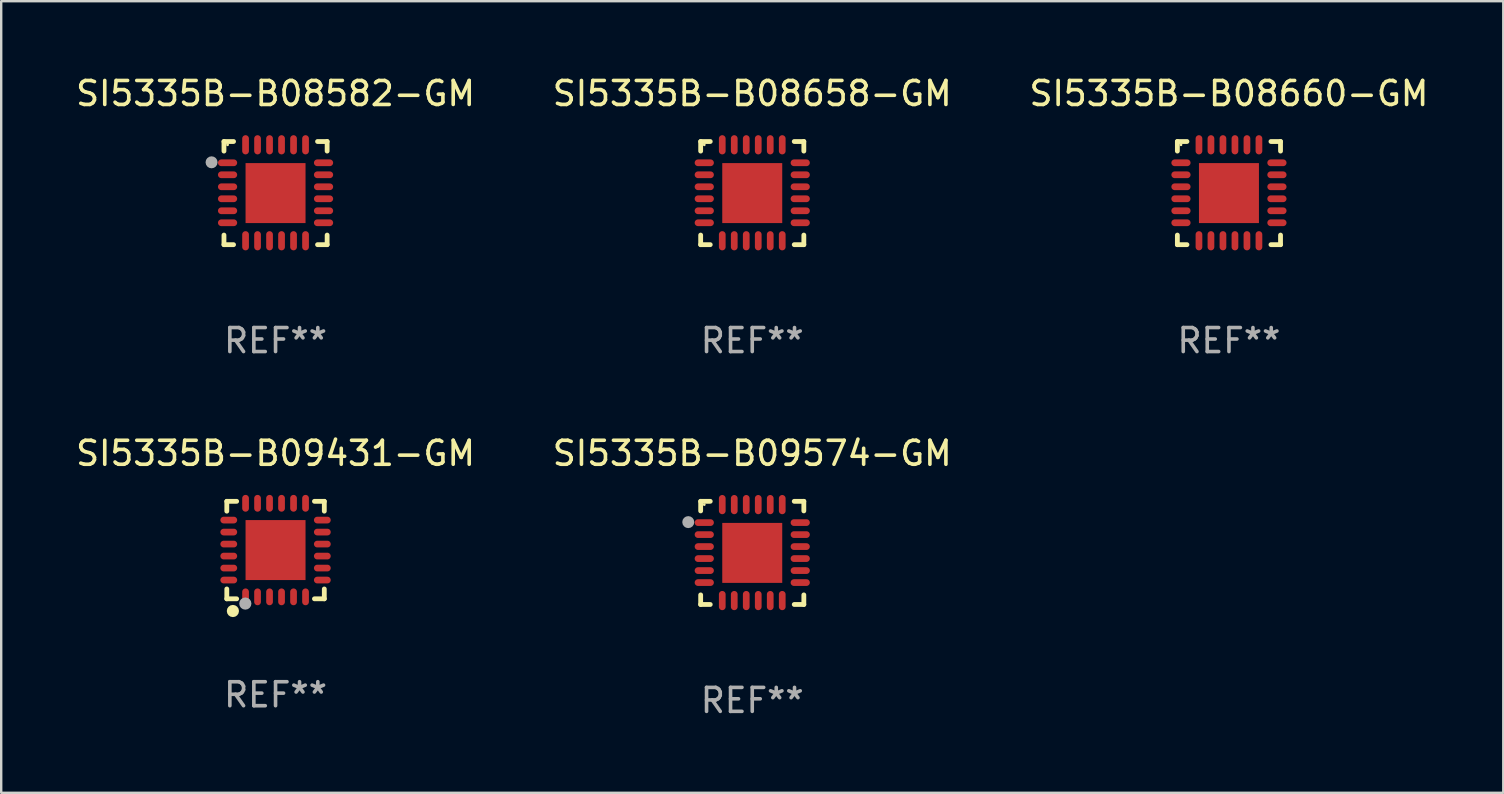
<source format=kicad_pcb>
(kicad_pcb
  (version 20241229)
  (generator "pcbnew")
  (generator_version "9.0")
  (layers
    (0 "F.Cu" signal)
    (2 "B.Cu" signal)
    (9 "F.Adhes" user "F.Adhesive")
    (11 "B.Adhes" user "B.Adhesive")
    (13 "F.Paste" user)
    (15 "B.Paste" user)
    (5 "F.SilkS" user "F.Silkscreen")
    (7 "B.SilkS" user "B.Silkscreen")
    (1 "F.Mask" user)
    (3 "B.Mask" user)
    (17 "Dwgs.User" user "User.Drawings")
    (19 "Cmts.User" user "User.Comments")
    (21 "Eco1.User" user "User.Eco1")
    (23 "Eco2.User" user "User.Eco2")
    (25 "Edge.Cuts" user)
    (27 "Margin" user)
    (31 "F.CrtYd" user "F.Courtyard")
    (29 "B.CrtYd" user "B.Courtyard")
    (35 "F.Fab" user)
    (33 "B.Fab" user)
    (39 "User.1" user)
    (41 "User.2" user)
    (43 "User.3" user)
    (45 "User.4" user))
  (footprint "SI5335B-B09431-GM"
    (layer "F.Cu")
    (at 8.435 19.877)
    (property "Reference" "SI5335B-B09431-GM" (at 0 -4.032 0) (layer "F.SilkS") (effects (font (size 1 1) (thickness 0.15))))
    (attr through_hole)
    (fp_line (start -2.032 -2.032) (end -1.621 -2.032) (stroke (width 0.2) (type solid)) (layer "F.SilkS"))
    (fp_line (start -2.032 -1.621) (end -2.032 -2.032) (stroke (width 0.2) (type solid)) (layer "F.SilkS"))
    (fp_line (start -2.032 2.032) (end -2.032 1.621) (stroke (width 0.2) (type solid)) (layer "F.SilkS"))
    (fp_line (start -1.621 2.032) (end -2.032 2.032) (stroke (width 0.2) (type solid)) (layer "F.SilkS"))
    (fp_line (start 1.621 -2.032) (end 2.032 -2.032) (stroke (width 0.2) (type solid)) (layer "F.SilkS"))
    (fp_line (start 2.032 -2.032) (end 2.032 -1.621) (stroke (width 0.2) (type solid)) (layer "F.SilkS"))
    (fp_line (start 2.032 1.621) (end 2.032 2.032) (stroke (width 0.2) (type solid)) (layer "F.SilkS"))
    (fp_line (start 2.032 2.032) (end 1.621 2.032) (stroke (width 0.2) (type solid)) (layer "F.SilkS"))
    (fp_circle (center -2 2) (end -1.97 2) (stroke (width 0.06) (type solid)) (fill no) (layer "F.SilkS"))
    (fp_circle (center -1.778 2.54) (end -1.651 2.54) (stroke (width 0.254) (type solid)) (fill no) (layer "F.SilkS"))
    (fp_circle (center -1.26 2.23) (end -1.133 2.23) (stroke (width 0.254) (type solid)) (fill no) (layer "F.Fab"))
    (fp_text user "REF**" (at 0 6.032 0) (layer "F.Fab") (effects (font (size 1 1) (thickness 0.15))))
    (pad "1" smd oval (at -1.25 1.95 180) (size 0.28 0.7) (layers "F.Cu" "F.Mask" "F.Paste"))
    (pad "2" smd oval (at -0.75 1.95 180) (size 0.28 0.7) (layers "F.Cu" "F.Mask" "F.Paste"))
    (pad "3" smd oval (at -0.25 1.95 180) (size 0.28 0.7) (layers "F.Cu" "F.Mask" "F.Paste"))
    (pad "4" smd oval (at 0.25 1.95 180) (size 0.28 0.7) (layers "F.Cu" "F.Mask" "F.Paste"))
    (pad "5" smd oval (at 0.75 1.95 180) (size 0.28 0.7) (layers "F.Cu" "F.Mask" "F.Paste"))
    (pad "6" smd oval (at 1.25 1.95 180) (size 0.28 0.7) (layers "F.Cu" "F.Mask" "F.Paste"))
    (pad "7" smd oval (at 1.95 1.25 270) (size 0.28 0.7) (layers "F.Cu" "F.Mask" "F.Paste"))
    (pad "8" smd oval (at 1.95 0.75 270) (size 0.28 0.7) (layers "F.Cu" "F.Mask" "F.Paste"))
    (pad "9" smd oval (at 1.95 0.25 270) (size 0.28 0.7) (layers "F.Cu" "F.Mask" "F.Paste"))
    (pad "10" smd oval (at 1.95 -0.25 270) (size 0.28 0.7) (layers "F.Cu" "F.Mask" "F.Paste"))
    (pad "11" smd oval (at 1.95 -0.75 270) (size 0.28 0.7) (layers "F.Cu" "F.Mask" "F.Paste"))
    (pad "12" smd oval (at 1.95 -1.25 270) (size 0.28 0.7) (layers "F.Cu" "F.Mask" "F.Paste"))
    (pad "13" smd oval (at 1.25 -1.95) (size 0.28 0.7) (layers "F.Cu" "F.Mask" "F.Paste"))
    (pad "14" smd oval (at 0.75 -1.95) (size 0.28 0.7) (layers "F.Cu" "F.Mask" "F.Paste"))
    (pad "15" smd oval (at 0.25 -1.95) (size 0.28 0.7) (layers "F.Cu" "F.Mask" "F.Paste"))
    (pad "16" smd oval (at -0.25 -1.95) (size 0.28 0.7) (layers "F.Cu" "F.Mask" "F.Paste"))
    (pad "17" smd oval (at -0.75 -1.95) (size 0.28 0.7) (layers "F.Cu" "F.Mask" "F.Paste"))
    (pad "18" smd oval (at -1.25 -1.95) (size 0.28 0.7) (layers "F.Cu" "F.Mask" "F.Paste"))
    (pad "19" smd oval (at -1.95 -1.25 90) (size 0.28 0.7) (layers "F.Cu" "F.Mask" "F.Paste"))
    (pad "20" smd oval (at -1.95 -0.75 90) (size 0.28 0.7) (layers "F.Cu" "F.Mask" "F.Paste"))
    (pad "21" smd oval (at -1.95 -0.25 90) (size 0.28 0.7) (layers "F.Cu" "F.Mask" "F.Paste"))
    (pad "22" smd oval (at -1.95 0.25 90) (size 0.28 0.7) (layers "F.Cu" "F.Mask" "F.Paste"))
    (pad "23" smd oval (at -1.95 0.75 90) (size 0.28 0.7) (layers "F.Cu" "F.Mask" "F.Paste"))
    (pad "24" smd oval (at -1.95 1.25 90) (size 0.28 0.7) (layers "F.Cu" "F.Mask" "F.Paste"))
    (pad "25" smd rect (at -0.000178 0.000025 90) (size 2.5 2.5) (layers "F.Cu" "F.Mask" "F.Paste")))
  (footprint "SI5335B-B08658-GM"
    (layer "F.Cu")
    (at 28.304 4.998)
    (property "Reference" "SI5335B-B08658-GM" (at 0 -4.15 0) (layer "F.SilkS") (effects (font (size 1 1) (thickness 0.15))))
    (attr through_hole)
    (fp_line (start -2.15 -2.15) (end -1.75 -2.15) (stroke (width 0.2) (type solid)) (layer "F.SilkS"))
    (fp_line (start -2.15 -1.75) (end -2.15 -2.15) (stroke (width 0.2) (type solid)) (layer "F.SilkS"))
    (fp_line (start -2.15 2.15) (end -2.15 1.75) (stroke (width 0.2) (type solid)) (layer "F.SilkS"))
    (fp_line (start -1.75 2.15) (end -2.15 2.15) (stroke (width 0.2) (type solid)) (layer "F.SilkS"))
    (fp_line (start 1.75 -2.15) (end 2.15 -2.15) (stroke (width 0.2) (type solid)) (layer "F.SilkS"))
    (fp_line (start 1.75 2.15) (end 2.15 2.15) (stroke (width 0.2) (type solid)) (layer "F.SilkS"))
    (fp_line (start 2.15 -2.15) (end 2.15 -1.75) (stroke (width 0.2) (type solid)) (layer "F.SilkS"))
    (fp_line (start 2.15 2.15) (end 2.15 1.75) (stroke (width 0.2) (type solid)) (layer "F.SilkS"))
    (fp_circle (center -2 -2.013) (end -1.97 -2.013) (stroke (width 0.06) (type solid)) (fill no) (layer "F.SilkS"))
    (fp_text user "REF**" (at 0 6.15 0) (layer "F.Fab") (effects (font (size 1 1) (thickness 0.15))))
    (pad "1" smd oval (at -2 -1.263) (size 0.8 0.28) (layers "F.Cu" "F.Mask" "F.Paste"))
    (pad "2" smd oval (at -2 -0.763) (size 0.8 0.28) (layers "F.Cu" "F.Mask" "F.Paste"))
    (pad "3" smd oval (at -2 -0.263) (size 0.8 0.28) (layers "F.Cu" "F.Mask" "F.Paste"))
    (pad "4" smd oval (at -2 0.237) (size 0.8 0.28) (layers "F.Cu" "F.Mask" "F.Paste"))
    (pad "5" smd oval (at -2 0.737) (size 0.8 0.28) (layers "F.Cu" "F.Mask" "F.Paste"))
    (pad "6" smd oval (at -2 1.237) (size 0.8 0.28) (layers "F.Cu" "F.Mask" "F.Paste"))
    (pad "7" smd oval (at -1.25 1.987) (size 0.28 0.8) (layers "F.Cu" "F.Mask" "F.Paste"))
    (pad "8" smd oval (at -0.75 1.987) (size 0.28 0.8) (layers "F.Cu" "F.Mask" "F.Paste"))
    (pad "9" smd oval (at -0.25 1.987) (size 0.28 0.8) (layers "F.Cu" "F.Mask" "F.Paste"))
    (pad "10" smd oval (at 0.25 1.987) (size 0.28 0.8) (layers "F.Cu" "F.Mask" "F.Paste"))
    (pad "11" smd oval (at 0.75 1.987) (size 0.28 0.8) (layers "F.Cu" "F.Mask" "F.Paste"))
    (pad "12" smd oval (at 1.25 1.987) (size 0.28 0.8) (layers "F.Cu" "F.Mask" "F.Paste"))
    (pad "13" smd oval (at 2 1.237) (size 0.8 0.28) (layers "F.Cu" "F.Mask" "F.Paste"))
    (pad "14" smd oval (at 2 0.737) (size 0.8 0.28) (layers "F.Cu" "F.Mask" "F.Paste"))
    (pad "15" smd oval (at 2 0.237) (size 0.8 0.28) (layers "F.Cu" "F.Mask" "F.Paste"))
    (pad "16" smd oval (at 2 -0.263) (size 0.8 0.28) (layers "F.Cu" "F.Mask" "F.Paste"))
    (pad "17" smd oval (at 2 -0.763) (size 0.8 0.28) (layers "F.Cu" "F.Mask" "F.Paste"))
    (pad "18" smd oval (at 2 -1.263) (size 0.8 0.28) (layers "F.Cu" "F.Mask" "F.Paste"))
    (pad "19" smd oval (at 1.25 -2.013) (size 0.28 0.8) (layers "F.Cu" "F.Mask" "F.Paste"))
    (pad "20" smd oval (at 0.75 -2.013) (size 0.28 0.8) (layers "F.Cu" "F.Mask" "F.Paste"))
    (pad "21" smd oval (at 0.25 -2.013) (size 0.28 0.8) (layers "F.Cu" "F.Mask" "F.Paste"))
    (pad "22" smd oval (at -0.25 -2.013) (size 0.28 0.8) (layers "F.Cu" "F.Mask" "F.Paste"))
    (pad "23" smd oval (at -0.75 -2.013) (size 0.28 0.8) (layers "F.Cu" "F.Mask" "F.Paste"))
    (pad "24" smd oval (at -1.25 -2.013) (size 0.28 0.8) (layers "F.Cu" "F.Mask" "F.Paste"))
    (pad "25" smd rect (at -0.000102 -0.00014) (size 2.5 2.5) (layers "F.Cu" "F.Mask" "F.Paste")))
  (footprint "SI5335B-B08582-GM"
    (layer "F.Cu")
    (at 8.435 4.998)
    (property "Reference" "SI5335B-B08582-GM" (at 0 -4.15 0) (layer "F.SilkS") (effects (font (size 1 1) (thickness 0.15))))
    (attr through_hole)
    (fp_line (start -2.15 -2.15) (end -1.75 -2.15) (stroke (width 0.2) (type solid)) (layer "F.SilkS"))
    (fp_line (start -2.15 -1.75) (end -2.15 -2.15) (stroke (width 0.2) (type solid)) (layer "F.SilkS"))
    (fp_line (start -2.15 2.15) (end -2.15 1.75) (stroke (width 0.2) (type solid)) (layer "F.SilkS"))
    (fp_line (start -1.75 2.15) (end -2.15 2.15) (stroke (width 0.2) (type solid)) (layer "F.SilkS"))
    (fp_line (start 1.75 -2.15) (end 2.15 -2.15) (stroke (width 0.2) (type solid)) (layer "F.SilkS"))
    (fp_line (start 1.75 2.15) (end 2.15 2.15) (stroke (width 0.2) (type solid)) (layer "F.SilkS"))
    (fp_line (start 2.15 -2.15) (end 2.15 -1.75) (stroke (width 0.2) (type solid)) (layer "F.SilkS"))
    (fp_line (start 2.15 2.15) (end 2.15 1.75) (stroke (width 0.2) (type solid)) (layer "F.SilkS"))
    (fp_circle (center -2 -2.013) (end -1.97 -2.013) (stroke (width 0.06) (type solid)) (fill no) (layer "F.SilkS"))
    (fp_circle (center -2.667 -1.283) (end -2.542 -1.283) (stroke (width 0.25) (type solid)) (fill no) (layer "F.Fab"))
    (fp_text user "REF**" (at 0 6.15 0) (layer "F.Fab") (effects (font (size 1 1) (thickness 0.15))))
    (pad "1" smd oval (at -2 -1.263) (size 0.8 0.28) (layers "F.Cu" "F.Mask" "F.Paste"))
    (pad "2" smd oval (at -2 -0.763) (size 0.8 0.28) (layers "F.Cu" "F.Mask" "F.Paste"))
    (pad "3" smd oval (at -2 -0.263) (size 0.8 0.28) (layers "F.Cu" "F.Mask" "F.Paste"))
    (pad "4" smd oval (at -2 0.237) (size 0.8 0.28) (layers "F.Cu" "F.Mask" "F.Paste"))
    (pad "5" smd oval (at -2 0.737) (size 0.8 0.28) (layers "F.Cu" "F.Mask" "F.Paste"))
    (pad "6" smd oval (at -2 1.237) (size 0.8 0.28) (layers "F.Cu" "F.Mask" "F.Paste"))
    (pad "7" smd oval (at -1.25 1.987) (size 0.28 0.8) (layers "F.Cu" "F.Mask" "F.Paste"))
    (pad "8" smd oval (at -0.75 1.987) (size 0.28 0.8) (layers "F.Cu" "F.Mask" "F.Paste"))
    (pad "9" smd oval (at -0.25 1.987) (size 0.28 0.8) (layers "F.Cu" "F.Mask" "F.Paste"))
    (pad "10" smd oval (at 0.25 1.987) (size 0.28 0.8) (layers "F.Cu" "F.Mask" "F.Paste"))
    (pad "11" smd oval (at 0.75 1.987) (size 0.28 0.8) (layers "F.Cu" "F.Mask" "F.Paste"))
    (pad "12" smd oval (at 1.25 1.987) (size 0.28 0.8) (layers "F.Cu" "F.Mask" "F.Paste"))
    (pad "13" smd oval (at 2 1.237) (size 0.8 0.28) (layers "F.Cu" "F.Mask" "F.Paste"))
    (pad "14" smd oval (at 2 0.737) (size 0.8 0.28) (layers "F.Cu" "F.Mask" "F.Paste"))
    (pad "15" smd oval (at 2 0.237) (size 0.8 0.28) (layers "F.Cu" "F.Mask" "F.Paste"))
    (pad "16" smd oval (at 2 -0.263) (size 0.8 0.28) (layers "F.Cu" "F.Mask" "F.Paste"))
    (pad "17" smd oval (at 2 -0.763) (size 0.8 0.28) (layers "F.Cu" "F.Mask" "F.Paste"))
    (pad "18" smd oval (at 2 -1.263) (size 0.8 0.28) (layers "F.Cu" "F.Mask" "F.Paste"))
    (pad "19" smd oval (at 1.25 -2.013) (size 0.28 0.8) (layers "F.Cu" "F.Mask" "F.Paste"))
    (pad "20" smd oval (at 0.75 -2.013) (size 0.28 0.8) (layers "F.Cu" "F.Mask" "F.Paste"))
    (pad "21" smd oval (at 0.25 -2.013) (size 0.28 0.8) (layers "F.Cu" "F.Mask" "F.Paste"))
    (pad "22" smd oval (at -0.25 -2.013) (size 0.28 0.8) (layers "F.Cu" "F.Mask" "F.Paste"))
    (pad "23" smd oval (at -0.75 -2.013) (size 0.28 0.8) (layers "F.Cu" "F.Mask" "F.Paste"))
    (pad "24" smd oval (at -1.25 -2.013) (size 0.28 0.8) (layers "F.Cu" "F.Mask" "F.Paste"))
    (pad "25" smd rect (at -0.000127 -0.00014) (size 2.5 2.5) (layers "F.Cu" "F.Mask" "F.Paste")))
  (footprint "SI5335B-B08660-GM"
    (layer "F.Cu")
    (at 48.173 4.998)
    (property "Reference" "SI5335B-B08660-GM" (at 0 -4.15 0) (layer "F.SilkS") (effects (font (size 1 1) (thickness 0.15))))
    (attr through_hole)
    (fp_line (start -2.15 -2.15) (end -1.75 -2.15) (stroke (width 0.2) (type solid)) (layer "F.SilkS"))
    (fp_line (start -2.15 -1.75) (end -2.15 -2.15) (stroke (width 0.2) (type solid)) (layer "F.SilkS"))
    (fp_line (start -2.15 2.15) (end -2.15 1.75) (stroke (width 0.2) (type solid)) (layer "F.SilkS"))
    (fp_line (start -1.75 2.15) (end -2.15 2.15) (stroke (width 0.2) (type solid)) (layer "F.SilkS"))
    (fp_line (start 1.75 -2.15) (end 2.15 -2.15) (stroke (width 0.2) (type solid)) (layer "F.SilkS"))
    (fp_line (start 1.75 2.15) (end 2.15 2.15) (stroke (width 0.2) (type solid)) (layer "F.SilkS"))
    (fp_line (start 2.15 -2.15) (end 2.15 -1.75) (stroke (width 0.2) (type solid)) (layer "F.SilkS"))
    (fp_line (start 2.15 2.15) (end 2.15 1.75) (stroke (width 0.2) (type solid)) (layer "F.SilkS"))
    (fp_circle (center -2 -2.013) (end -1.97 -2.013) (stroke (width 0.06) (type solid)) (fill no) (layer "F.SilkS"))
    (fp_text user "REF**" (at 0 6.15 0) (layer "F.Fab") (effects (font (size 1 1) (thickness 0.15))))
    (pad "1" smd oval (at -2 -1.263) (size 0.8 0.28) (layers "F.Cu" "F.Mask" "F.Paste"))
    (pad "2" smd oval (at -2 -0.763) (size 0.8 0.28) (layers "F.Cu" "F.Mask" "F.Paste"))
    (pad "3" smd oval (at -2 -0.263) (size 0.8 0.28) (layers "F.Cu" "F.Mask" "F.Paste"))
    (pad "4" smd oval (at -2 0.237) (size 0.8 0.28) (layers "F.Cu" "F.Mask" "F.Paste"))
    (pad "5" smd oval (at -2 0.737) (size 0.8 0.28) (layers "F.Cu" "F.Mask" "F.Paste"))
    (pad "6" smd oval (at -2 1.237) (size 0.8 0.28) (layers "F.Cu" "F.Mask" "F.Paste"))
    (pad "7" smd oval (at -1.25 1.987) (size 0.28 0.8) (layers "F.Cu" "F.Mask" "F.Paste"))
    (pad "8" smd oval (at -0.75 1.987) (size 0.28 0.8) (layers "F.Cu" "F.Mask" "F.Paste"))
    (pad "9" smd oval (at -0.25 1.987) (size 0.28 0.8) (layers "F.Cu" "F.Mask" "F.Paste"))
    (pad "10" smd oval (at 0.25 1.987) (size 0.28 0.8) (layers "F.Cu" "F.Mask" "F.Paste"))
    (pad "11" smd oval (at 0.75 1.987) (size 0.28 0.8) (layers "F.Cu" "F.Mask" "F.Paste"))
    (pad "12" smd oval (at 1.25 1.987) (size 0.28 0.8) (layers "F.Cu" "F.Mask" "F.Paste"))
    (pad "13" smd oval (at 2 1.237) (size 0.8 0.28) (layers "F.Cu" "F.Mask" "F.Paste"))
    (pad "14" smd oval (at 2 0.737) (size 0.8 0.28) (layers "F.Cu" "F.Mask" "F.Paste"))
    (pad "15" smd oval (at 2 0.237) (size 0.8 0.28) (layers "F.Cu" "F.Mask" "F.Paste"))
    (pad "16" smd oval (at 2 -0.263) (size 0.8 0.28) (layers "F.Cu" "F.Mask" "F.Paste"))
    (pad "17" smd oval (at 2 -0.763) (size 0.8 0.28) (layers "F.Cu" "F.Mask" "F.Paste"))
    (pad "18" smd oval (at 2 -1.263) (size 0.8 0.28) (layers "F.Cu" "F.Mask" "F.Paste"))
    (pad "19" smd oval (at 1.25 -2.013) (size 0.28 0.8) (layers "F.Cu" "F.Mask" "F.Paste"))
    (pad "20" smd oval (at 0.75 -2.013) (size 0.28 0.8) (layers "F.Cu" "F.Mask" "F.Paste"))
    (pad "21" smd oval (at 0.25 -2.013) (size 0.28 0.8) (layers "F.Cu" "F.Mask" "F.Paste"))
    (pad "22" smd oval (at -0.25 -2.013) (size 0.28 0.8) (layers "F.Cu" "F.Mask" "F.Paste"))
    (pad "23" smd oval (at -0.75 -2.013) (size 0.28 0.8) (layers "F.Cu" "F.Mask" "F.Paste"))
    (pad "24" smd oval (at -1.25 -2.013) (size 0.28 0.8) (layers "F.Cu" "F.Mask" "F.Paste"))
    (pad "25" smd rect (at -0.000102 -0.00014) (size 2.5 2.5) (layers "F.Cu" "F.Mask" "F.Paste")))
  (footprint "SI5335B-B09574-GM"
    (layer "F.Cu")
    (at 28.304 19.995)
    (property "Reference" "SI5335B-B09574-GM" (at 0 -4.15 0) (layer "F.SilkS") (effects (font (size 1 1) (thickness 0.15))))
    (attr through_hole)
    (fp_line (start -2.15 -2.15) (end -1.75 -2.15) (stroke (width 0.2) (type solid)) (layer "F.SilkS"))
    (fp_line (start -2.15 -1.75) (end -2.15 -2.15) (stroke (width 0.2) (type solid)) (layer "F.SilkS"))
    (fp_line (start -2.15 2.15) (end -2.15 1.75) (stroke (width 0.2) (type solid)) (layer "F.SilkS"))
    (fp_line (start -1.75 2.15) (end -2.15 2.15) (stroke (width 0.2) (type solid)) (layer "F.SilkS"))
    (fp_line (start 1.75 -2.15) (end 2.15 -2.15) (stroke (width 0.2) (type solid)) (layer "F.SilkS"))
    (fp_line (start 1.75 2.15) (end 2.15 2.15) (stroke (width 0.2) (type solid)) (layer "F.SilkS"))
    (fp_line (start 2.15 -2.15) (end 2.15 -1.75) (stroke (width 0.2) (type solid)) (layer "F.SilkS"))
    (fp_line (start 2.15 2.15) (end 2.15 1.75) (stroke (width 0.2) (type solid)) (layer "F.SilkS"))
    (fp_circle (center -2 -2.013) (end -1.97 -2.013) (stroke (width 0.06) (type solid)) (fill no) (layer "F.SilkS"))
    (fp_circle (center -2.667 -1.283) (end -2.542 -1.283) (stroke (width 0.25) (type solid)) (fill no) (layer "F.Fab"))
    (fp_text user "REF**" (at 0 6.15 0) (layer "F.Fab") (effects (font (size 1 1) (thickness 0.15))))
    (pad "1" smd oval (at -2 -1.263) (size 0.8 0.28) (layers "F.Cu" "F.Mask" "F.Paste"))
    (pad "2" smd oval (at -2 -0.763) (size 0.8 0.28) (layers "F.Cu" "F.Mask" "F.Paste"))
    (pad "3" smd oval (at -2 -0.263) (size 0.8 0.28) (layers "F.Cu" "F.Mask" "F.Paste"))
    (pad "4" smd oval (at -2 0.237) (size 0.8 0.28) (layers "F.Cu" "F.Mask" "F.Paste"))
    (pad "5" smd oval (at -2 0.737) (size 0.8 0.28) (layers "F.Cu" "F.Mask" "F.Paste"))
    (pad "6" smd oval (at -2 1.237) (size 0.8 0.28) (layers "F.Cu" "F.Mask" "F.Paste"))
    (pad "7" smd oval (at -1.25 1.987) (size 0.28 0.8) (layers "F.Cu" "F.Mask" "F.Paste"))
    (pad "8" smd oval (at -0.75 1.987) (size 0.28 0.8) (layers "F.Cu" "F.Mask" "F.Paste"))
    (pad "9" smd oval (at -0.25 1.987) (size 0.28 0.8) (layers "F.Cu" "F.Mask" "F.Paste"))
    (pad "10" smd oval (at 0.25 1.987) (size 0.28 0.8) (layers "F.Cu" "F.Mask" "F.Paste"))
    (pad "11" smd oval (at 0.75 1.987) (size 0.28 0.8) (layers "F.Cu" "F.Mask" "F.Paste"))
    (pad "12" smd oval (at 1.25 1.987) (size 0.28 0.8) (layers "F.Cu" "F.Mask" "F.Paste"))
    (pad "13" smd oval (at 2 1.237) (size 0.8 0.28) (layers "F.Cu" "F.Mask" "F.Paste"))
    (pad "14" smd oval (at 2 0.737) (size 0.8 0.28) (layers "F.Cu" "F.Mask" "F.Paste"))
    (pad "15" smd oval (at 2 0.237) (size 0.8 0.28) (layers "F.Cu" "F.Mask" "F.Paste"))
    (pad "16" smd oval (at 2 -0.263) (size 0.8 0.28) (layers "F.Cu" "F.Mask" "F.Paste"))
    (pad "17" smd oval (at 2 -0.763) (size 0.8 0.28) (layers "F.Cu" "F.Mask" "F.Paste"))
    (pad "18" smd oval (at 2 -1.263) (size 0.8 0.28) (layers "F.Cu" "F.Mask" "F.Paste"))
    (pad "19" smd oval (at 1.25 -2.013) (size 0.28 0.8) (layers "F.Cu" "F.Mask" "F.Paste"))
    (pad "20" smd oval (at 0.75 -2.013) (size 0.28 0.8) (layers "F.Cu" "F.Mask" "F.Paste"))
    (pad "21" smd oval (at 0.25 -2.013) (size 0.28 0.8) (layers "F.Cu" "F.Mask" "F.Paste"))
    (pad "22" smd oval (at -0.25 -2.013) (size 0.28 0.8) (layers "F.Cu" "F.Mask" "F.Paste"))
    (pad "23" smd oval (at -0.75 -2.013) (size 0.28 0.8) (layers "F.Cu" "F.Mask" "F.Paste"))
    (pad "24" smd oval (at -1.25 -2.013) (size 0.28 0.8) (layers "F.Cu" "F.Mask" "F.Paste"))
    (pad "25" smd rect (at -0.000127 -0.00014) (size 2.5 2.5) (layers "F.Cu" "F.Mask" "F.Paste")))
  (gr_rect
    (start -3 -3)
    (end 59.607 29.993)
    (stroke (width 0.1) (type default))
    (fill no)
    (layer "Edge.Cuts")))
</source>
